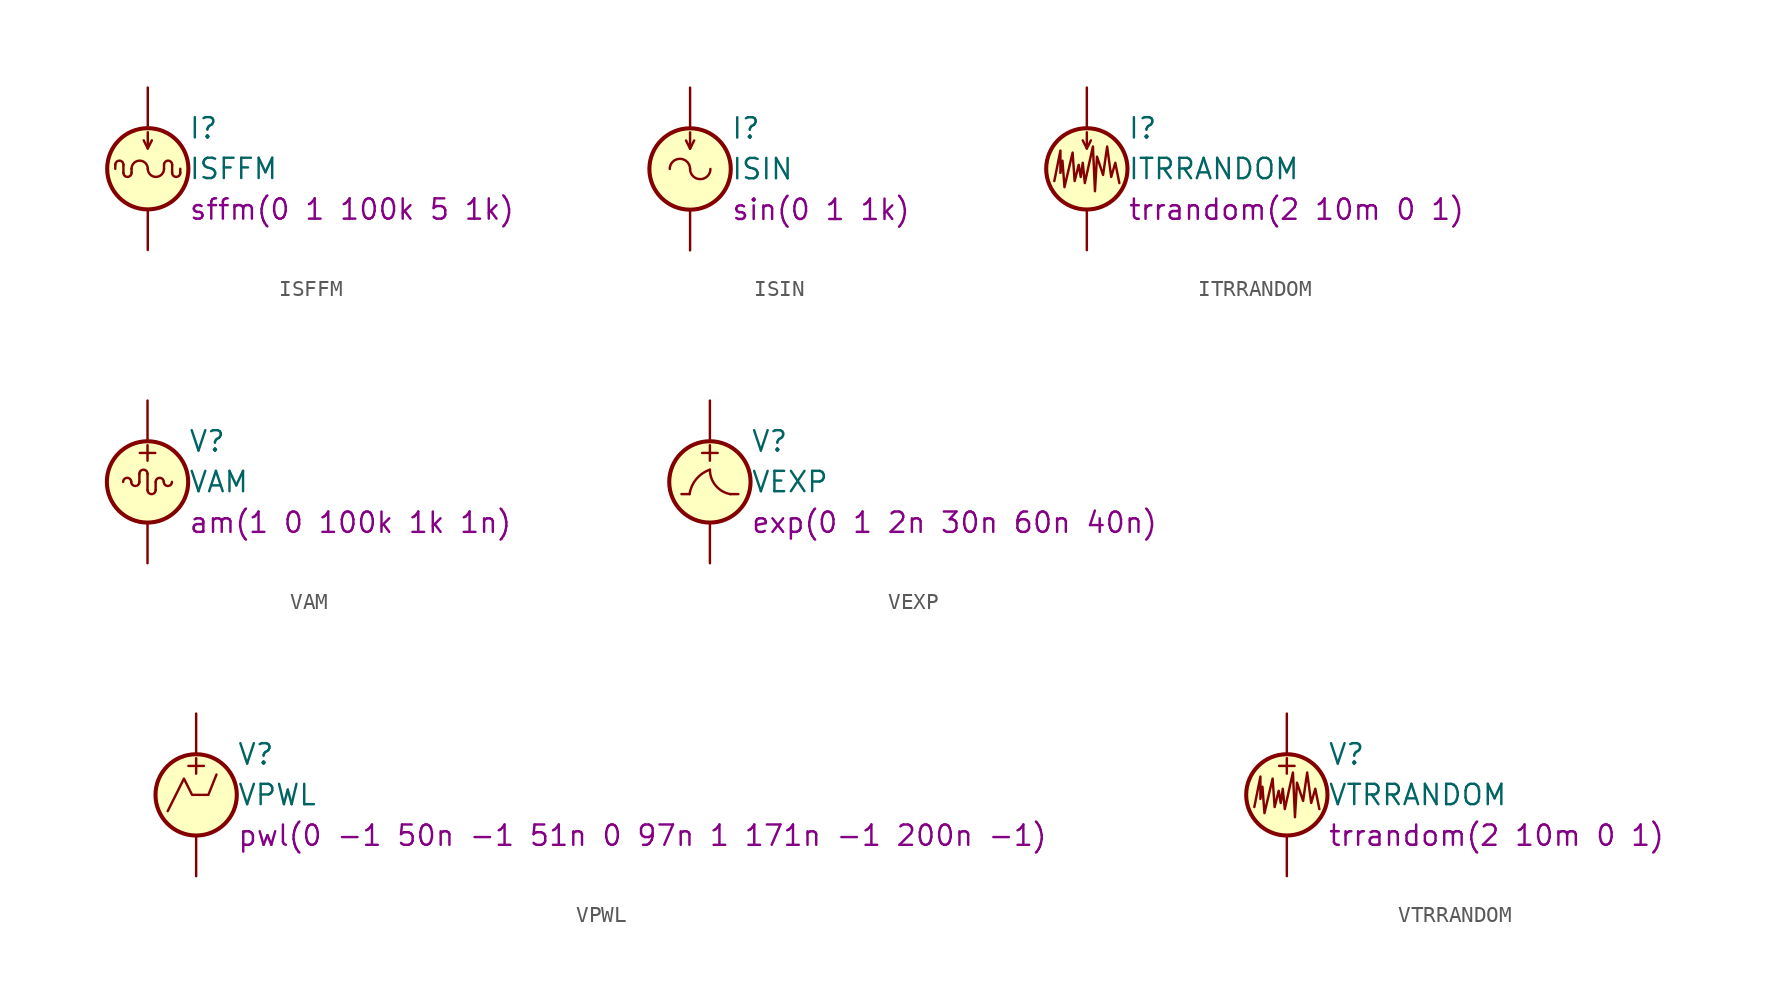
<source format=kicad_sym>
(kicad_symbol_lib
  (version 20220914)
  (generator kicad_symbol_editor)
  (symbol "ISFFM"
    (pin_numbers hide)
    (pin_names
      (offset 0.025))
    (property "Reference" "I"
      (at 2.54 2.54 0)
      (effects (font (size 1.27 1.27)) (justify left)))
    (property "Value" "ISFFM"
      (at 2.54 0 0)
      (effects (font (size 1.27 1.27)) (justify left)))
    (property "Spice_Model" "sffm(0 1 100k 5 1k)"
      (at 2.54 -2.54 0)
      (effects (font (size 1.27 1.27)) (justify left)))
    (symbol "ISFFM_0_1"
      (arc (start -1.524 -0.254) (mid -1.27 -0.508) (end -1.016 -0.254) (stroke (width 0) (type solid)) (fill (type none)))
      (arc (start -1.524 0.254) (mid -1.778 0.508) (end -2.032 0.254) (stroke (width 0) (type solid)) (fill (type none)))
      (arc (start 0 0) (mid -0.508 0.508) (end -1.016 0) (stroke (width 0) (type solid)) (fill (type none)))
      (polyline (pts (xy -2.032 0.254) (xy -2.032 0)) (stroke (width 0) (type solid)) (fill (type none)))
      (polyline (pts (xy -1.524 -0.254) (xy -1.524 0.254)) (stroke (width 0) (type solid)) (fill (type none)))
      (polyline (pts (xy -1.016 0) (xy -1.016 -0.254)) (stroke (width 0) (type solid)) (fill (type none)))
      (polyline (pts (xy 0 1.27) (xy 0 2.286)) (stroke (width 0) (type solid)) (fill (type none)))
      (polyline (pts (xy 1.016 0.254) (xy 1.016 0)) (stroke (width 0) (type solid)) (fill (type none)))
      (polyline (pts (xy 1.524 0.254) (xy 1.524 -0.254)) (stroke (width 0) (type solid)) (fill (type none)))
      (polyline (pts (xy 2.032 -0.254) (xy 2.032 0)) (stroke (width 0) (type solid)) (fill (type none)))
      (polyline (pts (xy -0.254 1.778) (xy 0 1.27) (xy 0.254 1.778)) (stroke (width 0) (type solid)) (fill (type none)))
      (arc (start 0 0) (mid 0.508 -0.508) (end 1.016 0) (stroke (width 0) (type solid)) (fill (type none)))
      (circle (center 0 0) (radius 2.54) (stroke (width 0.254) (type solid)) (fill (type background)))
      (arc (start 1.524 -0.254) (mid 1.778 -0.508) (end 2.032 -0.254) (stroke (width 0) (type solid)) (fill (type none)))
      (arc (start 1.524 0.254) (mid 1.27 0.508) (end 1.016 0.254) (stroke (width 0) (type solid)) (fill (type none))))
    (symbol "ISFFM_1_1"
      (pin passive line (at 0 5.08 270) (length 2.54) (name "~" (effects (font (size 1.27 1.27)))) (number "1" (effects (font (size 1.27 1.27)))))
      (pin passive line (at 0 -5.08 90) (length 2.54) (name "~" (effects (font (size 1.27 1.27)))) (number "2" (effects (font (size 1.27 1.27)))))))
  (symbol "ISIN"
    (pin_numbers hide)
    (pin_names
      (offset 0.025))
    (property "Reference" "I"
      (at 2.54 2.54 0)
      (effects (font (size 1.27 1.27)) (justify left)))
    (property "Value" "ISIN"
      (at 2.54 0 0)
      (effects (font (size 1.27 1.27)) (justify left)))
    (property "Spice_Model" "sin(0 1 1k)"
      (at 2.54 -2.54 0)
      (effects (font (size 1.27 1.27)) (justify left)))
    (symbol "ISIN_0_0"
      (arc (start 0 0) (mid -0.635 0.635) (end -1.27 0) (stroke (width 0) (type solid)) (fill (type none)))
      (arc (start 0 0) (mid 0.635 -0.635) (end 1.27 0) (stroke (width 0) (type solid)) (fill (type none))))
    (symbol "ISIN_0_1"
      (polyline (pts (xy 0 1.27) (xy 0 2.286)) (stroke (width 0) (type solid)) (fill (type none)))
      (polyline (pts (xy -0.254 1.778) (xy 0 1.27) (xy 0.254 1.778)) (stroke (width 0) (type solid)) (fill (type none)))
      (circle (center 0 0) (radius 2.54) (stroke (width 0.254) (type solid)) (fill (type background))))
    (symbol "ISIN_1_1"
      (pin passive line (at 0 5.08 270) (length 2.54) (name "~" (effects (font (size 1.27 1.27)))) (number "1" (effects (font (size 1.27 1.27)))))
      (pin passive line (at 0 -5.08 90) (length 2.54) (name "~" (effects (font (size 1.27 1.27)))) (number "2" (effects (font (size 1.27 1.27)))))))
  (symbol "ITRRANDOM"
    (pin_numbers hide)
    (pin_names
      (offset 0.025))
    (property "Reference" "I"
      (at 2.54 2.54 0)
      (effects (font (size 1.27 1.27)) (justify left)))
    (property "Value" "ITRRANDOM"
      (at 2.54 0 0)
      (effects (font (size 1.27 1.27)) (justify left)))
    (property "Spice_Model" "trrandom(2 10m 0 1)"
      (at 2.54 -2.54 0)
      (effects (font (size 1.27 1.27)) (justify left)))
    (symbol "ITRRANDOM_0_1"
      (polyline (pts (xy 0 1.27) (xy 0 2.286)) (stroke (width 0) (type solid)) (fill (type none)))
      (polyline (pts (xy -0.254 1.778) (xy 0 1.27) (xy 0.254 1.778)) (stroke (width 0) (type solid)) (fill (type none)))
      (polyline (pts (xy -2.032 -0.762) (xy -1.651 1.143) (xy -1.651 -0.254) (xy -1.524 0.508) (xy -1.397 -1.143) (xy -0.889 1.016) (xy -0.762 -0.762) (xy -0.508 0.254) (xy -0.381 -0.508) (xy -0.254 0.381) (xy -0.127 -0.889) (xy 0.381 1.397) (xy 0.508 -1.397) (xy 0.635 0.762) (xy 1.016 -0.381) (xy 1.27 1.397) (xy 1.524 -0.508) (xy 1.778 0.381) (xy 2.032 -0.889)) (stroke (width 0) (type solid)) (fill (type none)))
      (circle (center 0 0) (radius 2.54) (stroke (width 0.254) (type solid)) (fill (type background))))
    (symbol "ITRRANDOM_1_1"
      (pin passive line (at 0 5.08 270) (length 2.54) (name "~" (effects (font (size 1.27 1.27)))) (number "1" (effects (font (size 1.27 1.27)))))
      (pin passive line (at 0 -5.08 90) (length 2.54) (name "~" (effects (font (size 1.27 1.27)))) (number "2" (effects (font (size 1.27 1.27)))))))
  (symbol "VAM"
    (pin_numbers hide)
    (pin_names
      (offset 0.025))
    (property "Reference" "V"
      (at 2.54 2.54 0)
      (effects (font (size 1.27 1.27)) (justify left)))
    (property "Value" "VAM"
      (at 2.54 0 0)
      (effects (font (size 1.27 1.27)) (justify left)))
    (property "Spice_Model" "am(1 0 100k 1k 1n)"
      (at 2.54 -2.54 0)
      (effects (font (size 1.27 1.27)) (justify left)))
    (symbol "VAM_0_0"
      (arc (start 0 0.508) (mid -0.254 0.762) (end -0.508 0.508) (stroke (width 0) (type solid)) (fill (type none)))
      (text "+" (at 0 1.905 0) (effects (font (size 1.27 1.27)))))
    (symbol "VAM_0_1"
      (arc (start -1.016 0) (mid -1.27 0.254) (end -1.524 0) (stroke (width 0) (type solid)) (fill (type none)))
      (arc (start -1.016 0) (mid -0.762 -0.254) (end -0.508 0) (stroke (width 0) (type solid)) (fill (type none)))
      (arc (start 0 -0.508) (mid 0.254 -0.762) (end 0.508 -0.508) (stroke (width 0) (type solid)) (fill (type none)))
      (polyline (pts (xy -0.508 0.508) (xy -0.508 0)) (stroke (width 0) (type solid)) (fill (type none)))
      (polyline (pts (xy 0 0.508) (xy 0 -0.508)) (stroke (width 0) (type solid)) (fill (type none)))
      (polyline (pts (xy 0.508 -0.508) (xy 0.508 0)) (stroke (width 0) (type solid)) (fill (type none)))
      (circle (center 0 0) (radius 2.54) (stroke (width 0.254) (type solid)) (fill (type background)))
      (arc (start 1.016 0) (mid 0.762 0.254) (end 0.508 0) (stroke (width 0) (type solid)) (fill (type none)))
      (arc (start 1.016 0) (mid 1.27 -0.254) (end 1.524 0) (stroke (width 0) (type solid)) (fill (type none))))
    (symbol "VAM_1_1"
      (pin passive line (at 0 5.08 270) (length 2.54) (name "~" (effects (font (size 1.27 1.27)))) (number "1" (effects (font (size 1.27 1.27)))))
      (pin passive line (at 0 -5.08 90) (length 2.54) (name "~" (effects (font (size 1.27 1.27)))) (number "2" (effects (font (size 1.27 1.27)))))))
  (symbol "VEXP"
    (pin_numbers hide)
    (pin_names
      (offset 0.025))
    (property "Reference" "V"
      (at 2.54 2.54 0)
      (effects (font (size 1.27 1.27)) (justify left)))
    (property "Value" "VEXP"
      (at 2.54 0 0)
      (effects (font (size 1.27 1.27)) (justify left)))
    (property "Spice_Model" "exp(0 1 2n 30n 60n 40n)"
      (at 2.54 -2.54 0)
      (effects (font (size 1.27 1.27)) (justify left)))
    (symbol "VEXP_0_0"
      (polyline (pts (xy -1.27 -0.762) (xy -1.778 -0.762)) (stroke (width 0) (type solid)) (fill (type none)))
      (polyline (pts (xy 1.27 -0.762) (xy 1.778 -0.762)) (stroke (width 0) (type solid)) (fill (type none)))
      (arc (start 0 0.762) (mid -0.851 0.1794) (end -1.27 -0.762) (stroke (width 0) (type solid)) (fill (type none)))
      (arc (start 0 0.762) (mid 0.3591 -0.2299) (end 1.27 -0.762) (stroke (width 0) (type solid)) (fill (type none)))
      (text "+" (at 0 1.905 0) (effects (font (size 1.27 1.27)))))
    (symbol "VEXP_0_1"
      (circle (center 0 0) (radius 2.54) (stroke (width 0.254) (type solid)) (fill (type background))))
    (symbol "VEXP_1_1"
      (pin passive line (at 0 5.08 270) (length 2.54) (name "~" (effects (font (size 1.27 1.27)))) (number "1" (effects (font (size 1.27 1.27)))))
      (pin passive line (at 0 -5.08 90) (length 2.54) (name "~" (effects (font (size 1.27 1.27)))) (number "2" (effects (font (size 1.27 1.27)))))))
  (symbol "VPWL"
    (pin_numbers hide)
    (pin_names
      (offset 0.025))
    (property "Reference" "V"
      (at 2.54 2.54 0)
      (effects (font (size 1.27 1.27)) (justify left)))
    (property "Value" "VPWL"
      (at 2.54 0 0)
      (effects (font (size 1.27 1.27)) (justify left)))
    (property "Spice_Model" "pwl(0 -1 50n -1 51n 0 97n 1 171n -1 200n -1)"
      (at 2.54 -2.54 0)
      (effects (font (size 1.27 1.27)) (justify left)))
    (symbol "VPWL_0_0"
      (polyline (pts (xy -1.778 -1.016) (xy -0.762 1.016) (xy -0.254 0) (xy 0.762 0) (xy 1.27 1.27)) (stroke (width 0) (type solid)) (fill (type none)))
      (text "+" (at 0 1.905 0) (effects (font (size 1.27 1.27)))))
    (symbol "VPWL_0_1"
      (circle (center 0 0) (radius 2.54) (stroke (width 0.254) (type solid)) (fill (type background))))
    (symbol "VPWL_1_1"
      (pin passive line (at 0 5.08 270) (length 2.54) (name "~" (effects (font (size 1.27 1.27)))) (number "1" (effects (font (size 1.27 1.27)))))
      (pin passive line (at 0 -5.08 90) (length 2.54) (name "~" (effects (font (size 1.27 1.27)))) (number "2" (effects (font (size 1.27 1.27)))))))
  (symbol "VTRRANDOM"
    (pin_numbers hide)
    (pin_names
      (offset 0.025))
    (property "Reference" "V"
      (at 2.54 2.54 0)
      (effects (font (size 1.27 1.27)) (justify left)))
    (property "Value" "VTRRANDOM"
      (at 2.54 0 0)
      (effects (font (size 1.27 1.27)) (justify left)))
    (property "Spice_Model" "trrandom(2 10m 0 1)"
      (at 2.54 -2.54 0)
      (effects (font (size 1.27 1.27)) (justify left)))
    (symbol "VTRRANDOM_0_0"
      (text "+" (at 0 1.905 0) (effects (font (size 1.27 1.27)))))
    (symbol "VTRRANDOM_0_1"
      (polyline (pts (xy -2.032 -0.762) (xy -1.651 1.143) (xy -1.651 -0.254) (xy -1.524 0.508) (xy -1.397 -1.143) (xy -0.889 1.016) (xy -0.762 -0.762) (xy -0.508 0.254) (xy -0.381 -0.508) (xy -0.254 0.381) (xy -0.127 -0.889) (xy 0.381 1.397) (xy 0.508 -1.397) (xy 0.635 0.762) (xy 1.016 -0.381) (xy 1.27 1.397) (xy 1.524 -0.508) (xy 1.778 0.381) (xy 2.032 -0.889)) (stroke (width 0) (type solid)) (fill (type none)))
      (circle (center 0 0) (radius 2.54) (stroke (width 0.254) (type solid)) (fill (type background))))
    (symbol "VTRRANDOM_1_1"
      (pin passive line (at 0 5.08 270) (length 2.54) (name "~" (effects (font (size 1.27 1.27)))) (number "1" (effects (font (size 1.27 1.27)))))
      (pin passive line (at 0 -5.08 90) (length 2.54) (name "~" (effects (font (size 1.27 1.27)))) (number "2" (effects (font (size 1.27 1.27))))))))
</source>
